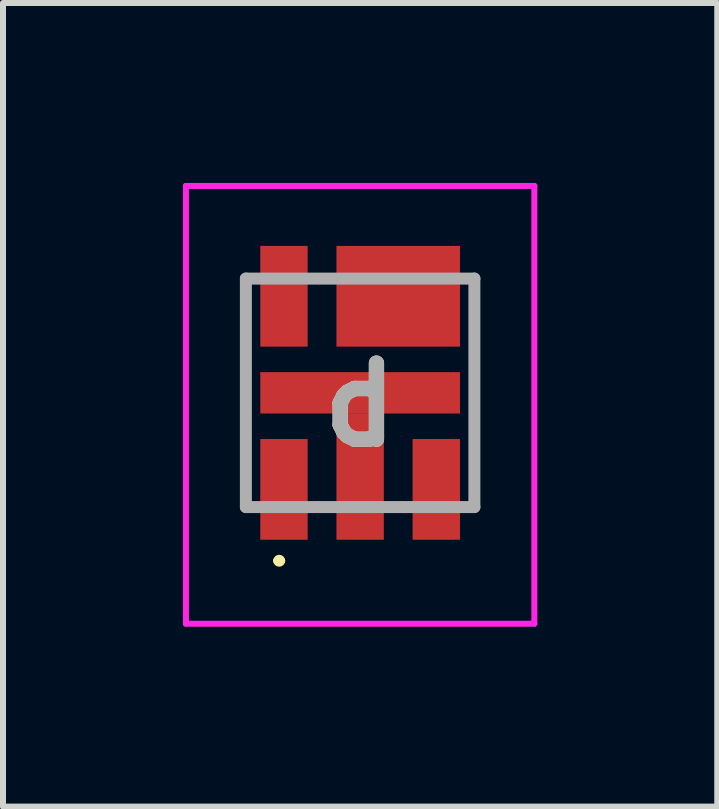
<source format=kicad_pcb>
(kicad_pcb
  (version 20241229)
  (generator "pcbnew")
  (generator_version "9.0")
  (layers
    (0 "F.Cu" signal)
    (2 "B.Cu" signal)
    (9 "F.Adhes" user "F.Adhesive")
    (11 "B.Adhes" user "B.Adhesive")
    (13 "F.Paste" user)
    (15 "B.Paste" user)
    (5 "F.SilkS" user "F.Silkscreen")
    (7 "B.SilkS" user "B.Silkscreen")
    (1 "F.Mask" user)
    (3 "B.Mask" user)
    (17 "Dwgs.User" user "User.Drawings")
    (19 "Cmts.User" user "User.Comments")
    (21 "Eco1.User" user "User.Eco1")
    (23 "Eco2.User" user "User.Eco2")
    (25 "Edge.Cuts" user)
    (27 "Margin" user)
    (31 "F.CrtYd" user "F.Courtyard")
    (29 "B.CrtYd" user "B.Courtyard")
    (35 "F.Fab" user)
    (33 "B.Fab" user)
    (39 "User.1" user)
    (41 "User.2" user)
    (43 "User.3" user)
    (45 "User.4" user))
  (footprint "d"
    (layer "F.Cu")
    (at 2.955 3.5)
    (property "Reference" "d" (at 0 0.2 0) (layer "F.SilkS") (effects (font (size 1.27 1.27) (thickness 0.254))))
    (attr smd)
    (fp_line (start -1.4 2.8) (end -1.4 2.8) (stroke (width 0.1) (type solid)) (layer "F.SilkS"))
    (fp_line (start -1.3 2.8) (end -1.3 2.8) (stroke (width 0.1) (type solid)) (layer "F.SilkS"))
    (fp_arc (start -1.4 2.8) (mid -1.35 2.75) (end -1.3 2.8) (stroke (width 0.1) (type solid)) (layer "F.SilkS"))
    (fp_arc (start -1.3 2.8) (mid -1.35 2.85) (end -1.4 2.8) (stroke (width 0.1) (type solid)) (layer "F.SilkS"))
    (fp_line (start -2.905 -3.45) (end 2.905 -3.45) (stroke (width 0.1) (type solid)) (layer "F.CrtYd"))
    (fp_line (start -2.905 3.85) (end -2.905 -3.45) (stroke (width 0.1) (type solid)) (layer "F.CrtYd"))
    (fp_line (start 2.905 -3.45) (end 2.905 3.85) (stroke (width 0.1) (type solid)) (layer "F.CrtYd"))
    (fp_line (start 2.905 3.85) (end -2.905 3.85) (stroke (width 0.1) (type solid)) (layer "F.CrtYd"))
    (fp_line (start -1.905 -1.905) (end 1.905 -1.905) (stroke (width 0.2) (type solid)) (layer "F.Fab"))
    (fp_line (start -1.905 1.905) (end -1.905 -1.905) (stroke (width 0.2) (type solid)) (layer "F.Fab"))
    (fp_line (start 1.905 -1.905) (end 1.905 1.905) (stroke (width 0.2) (type solid)) (layer "F.Fab"))
    (fp_line (start 1.905 1.905) (end -1.905 1.905) (stroke (width 0.2) (type solid)) (layer "F.Fab"))
    (fp_text user "${REFERENCE}" (at 0 0.2 0) (layer "F.Fab") (effects (font (size 1.27 1.27) (thickness 0.254))))
    (pad "1" smd rect (at -1.27 1.61) (size 0.79 1.68) (layers "F.Cu" "F.Mask" "F.Paste"))
    (pad "2" smd rect (at 1.27 1.61) (size 0.79 1.68) (layers "F.Cu" "F.Mask" "F.Paste"))
    (pad "3" smd rect (at 0.635 -1.61 90) (size 1.68 2.06) (layers "F.Cu" "F.Mask" "F.Paste"))
    (pad "4" smd rect (at -1.27 -1.61) (size 0.79 1.68) (layers "F.Cu" "F.Mask" "F.Paste"))
    (pad "5" smd rect (at 0 0 90) (size 0.69 3.33) (layers "F.Cu" "F.Mask" "F.Paste"))
    (pad "6" smd rect (at 0 1.395) (size 0.79 2.11) (layers "F.Cu" "F.Mask" "F.Paste")))
  (gr_rect
    (start -3 -3)
    (end 8.91 10.4)
    (stroke (width 0.1) (type default))
    (fill no)
    (layer "Edge.Cuts")))
</source>
